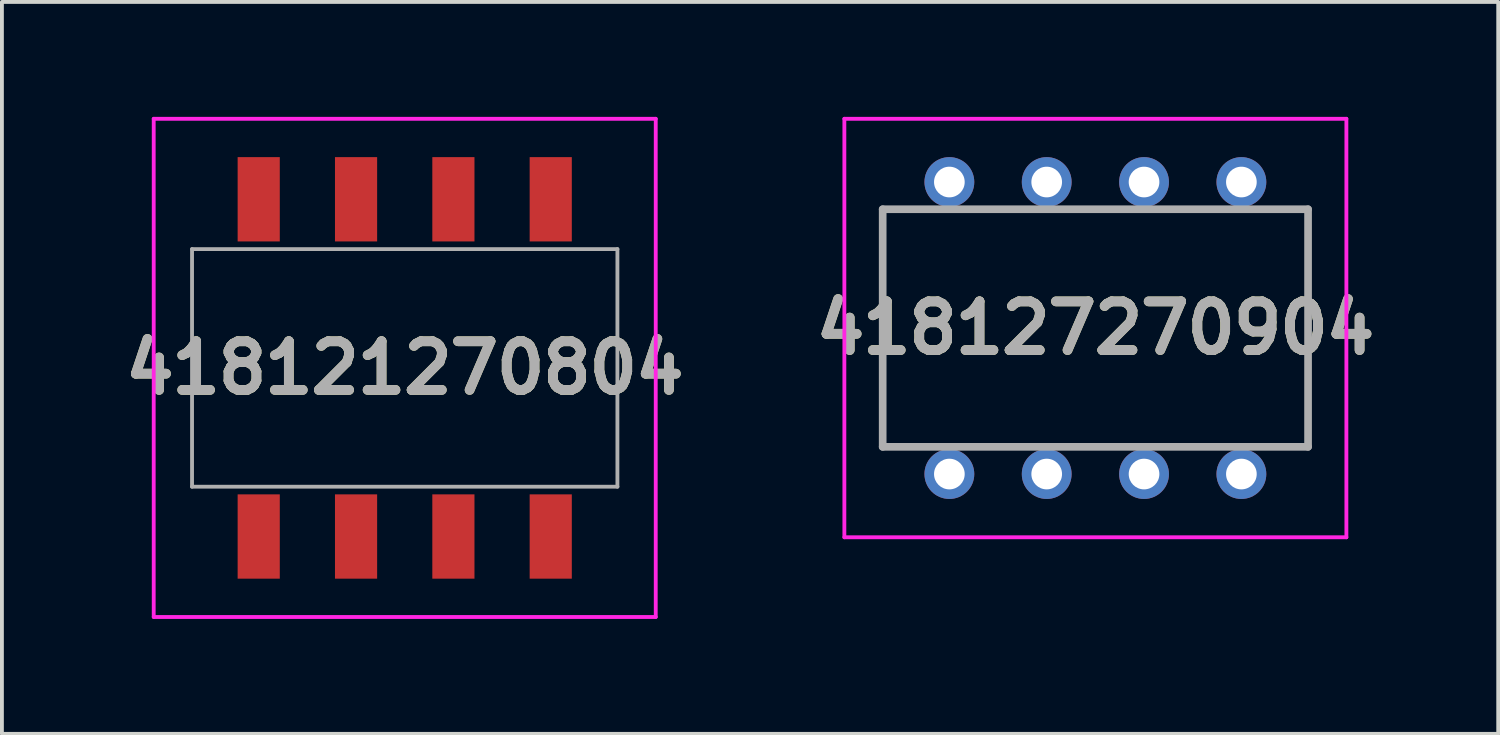
<source format=kicad_pcb>
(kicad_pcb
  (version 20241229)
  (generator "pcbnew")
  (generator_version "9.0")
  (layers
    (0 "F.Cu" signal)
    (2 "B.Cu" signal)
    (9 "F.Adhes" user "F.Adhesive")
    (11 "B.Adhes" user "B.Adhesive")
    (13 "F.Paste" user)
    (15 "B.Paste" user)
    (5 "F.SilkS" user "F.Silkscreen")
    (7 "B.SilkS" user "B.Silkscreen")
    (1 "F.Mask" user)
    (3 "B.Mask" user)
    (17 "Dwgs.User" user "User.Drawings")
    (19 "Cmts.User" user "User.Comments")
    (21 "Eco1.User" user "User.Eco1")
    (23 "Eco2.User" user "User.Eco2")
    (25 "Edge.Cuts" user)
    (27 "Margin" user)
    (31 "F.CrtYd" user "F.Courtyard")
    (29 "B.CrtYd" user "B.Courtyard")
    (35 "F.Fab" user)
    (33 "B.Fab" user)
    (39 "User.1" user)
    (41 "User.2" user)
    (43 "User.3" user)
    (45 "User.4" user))
  (footprint "418121270804"
    (layer "F.Cu")
    (at 7.511 6.55)
    (property "Reference" "418121270804" (at 0 0 0) (layer "F.SilkS") (effects (font (size 1.27 1.27) (thickness 0.254))))
    (attr smd)
    (fp_line (start -6.55 -6.5) (end 6.55 -6.5) (stroke (width 0.1) (type solid)) (layer "F.CrtYd"))
    (fp_line (start -6.55 6.5) (end -6.55 -6.5) (stroke (width 0.1) (type solid)) (layer "F.CrtYd"))
    (fp_line (start 6.55 -6.5) (end 6.55 6.5) (stroke (width 0.1) (type solid)) (layer "F.CrtYd"))
    (fp_line (start 6.55 6.5) (end -6.55 6.5) (stroke (width 0.1) (type solid)) (layer "F.CrtYd"))
    (fp_line (start -5.55 -3.1) (end 5.55 -3.1) (stroke (width 0.1) (type solid)) (layer "F.Fab"))
    (fp_line (start -5.55 3.1) (end -5.55 -3.1) (stroke (width 0.1) (type solid)) (layer "F.Fab"))
    (fp_line (start 5.55 -3.1) (end 5.55 3.1) (stroke (width 0.1) (type solid)) (layer "F.Fab"))
    (fp_line (start 5.55 3.1) (end -5.55 3.1) (stroke (width 0.1) (type solid)) (layer "F.Fab"))
    (fp_text user "${REFERENCE}" (at 0 0 0) (layer "F.Fab") (effects (font (size 1.27 1.27) (thickness 0.254))))
    (pad "1" smd rect (at -3.81 4.4) (size 1.1 2.2) (layers "F.Cu" "F.Mask" "F.Paste"))
    (pad "2" smd rect (at -1.27 4.4) (size 1.1 2.2) (layers "F.Cu" "F.Mask" "F.Paste"))
    (pad "3" smd rect (at 1.27 4.4) (size 1.1 2.2) (layers "F.Cu" "F.Mask" "F.Paste"))
    (pad "4" smd rect (at 3.81 4.4) (size 1.1 2.2) (layers "F.Cu" "F.Mask" "F.Paste"))
    (pad "5" smd rect (at 3.81 -4.4) (size 1.1 2.2) (layers "F.Cu" "F.Mask" "F.Paste"))
    (pad "6" smd rect (at 1.27 -4.4) (size 1.1 2.2) (layers "F.Cu" "F.Mask" "F.Paste"))
    (pad "7" smd rect (at -1.27 -4.4) (size 1.1 2.2) (layers "F.Cu" "F.Mask" "F.Paste"))
    (pad "8" smd rect (at -3.81 -4.4) (size 1.1 2.2) (layers "F.Cu" "F.Mask" "F.Paste")))
  (footprint "418127270904"
    (layer "F.Cu")
    (at 21.723 9.32)
    (property "Reference" "418127270904" (at 3.81 -3.81 0) (layer "F.SilkS") (effects (font (size 1.27 1.27) (thickness 0.254))))
    (attr through_hole)
    (fp_line (start -2.74 -9.27) (end 10.36 -9.27) (stroke (width 0.1) (type solid)) (layer "F.CrtYd"))
    (fp_line (start -2.74 1.65) (end -2.74 -9.27) (stroke (width 0.1) (type solid)) (layer "F.CrtYd"))
    (fp_line (start 10.36 -9.27) (end 10.36 1.65) (stroke (width 0.1) (type solid)) (layer "F.CrtYd"))
    (fp_line (start 10.36 1.65) (end -2.74 1.65) (stroke (width 0.1) (type solid)) (layer "F.CrtYd"))
    (fp_line (start -1.74 -6.91) (end 9.36 -6.91) (stroke (width 0.2) (type solid)) (layer "F.Fab"))
    (fp_line (start -1.74 -0.71) (end -1.74 -6.91) (stroke (width 0.2) (type solid)) (layer "F.Fab"))
    (fp_line (start 9.36 -6.91) (end 9.36 -0.71) (stroke (width 0.2) (type solid)) (layer "F.Fab"))
    (fp_line (start 9.36 -0.71) (end -1.74 -0.71) (stroke (width 0.2) (type solid)) (layer "F.Fab"))
    (fp_text user "${REFERENCE}" (at 3.81 -3.81 0) (layer "F.Fab") (effects (font (size 1.27 1.27) (thickness 0.254))))
    (pad "A1" thru_hole circle (at 0 0) (size 1.3 1.3) (drill 0.8) (layers "*.Cu" "*.Mask"))
    (pad "A2" thru_hole circle (at 2.54 0) (size 1.3 1.3) (drill 0.8) (layers "*.Cu" "*.Mask"))
    (pad "A3" thru_hole circle (at 5.08 0) (size 1.3 1.3) (drill 0.8) (layers "*.Cu" "*.Mask"))
    (pad "A4" thru_hole circle (at 7.62 0) (size 1.3 1.3) (drill 0.8) (layers "*.Cu" "*.Mask"))
    (pad "B1" thru_hole circle (at 0 -7.62) (size 1.3 1.3) (drill 0.8) (layers "*.Cu" "*.Mask"))
    (pad "B2" thru_hole circle (at 2.54 -7.62) (size 1.3 1.3) (drill 0.8) (layers "*.Cu" "*.Mask"))
    (pad "B3" thru_hole circle (at 5.08 -7.62) (size 1.3 1.3) (drill 0.8) (layers "*.Cu" "*.Mask"))
    (pad "B4" thru_hole circle (at 7.62 -7.62) (size 1.3 1.3) (drill 0.8) (layers "*.Cu" "*.Mask")))
  (gr_rect
    (start -3 -3)
    (end 36.045 16.1)
    (stroke (width 0.1) (type default))
    (fill no)
    (layer "Edge.Cuts")))
</source>
